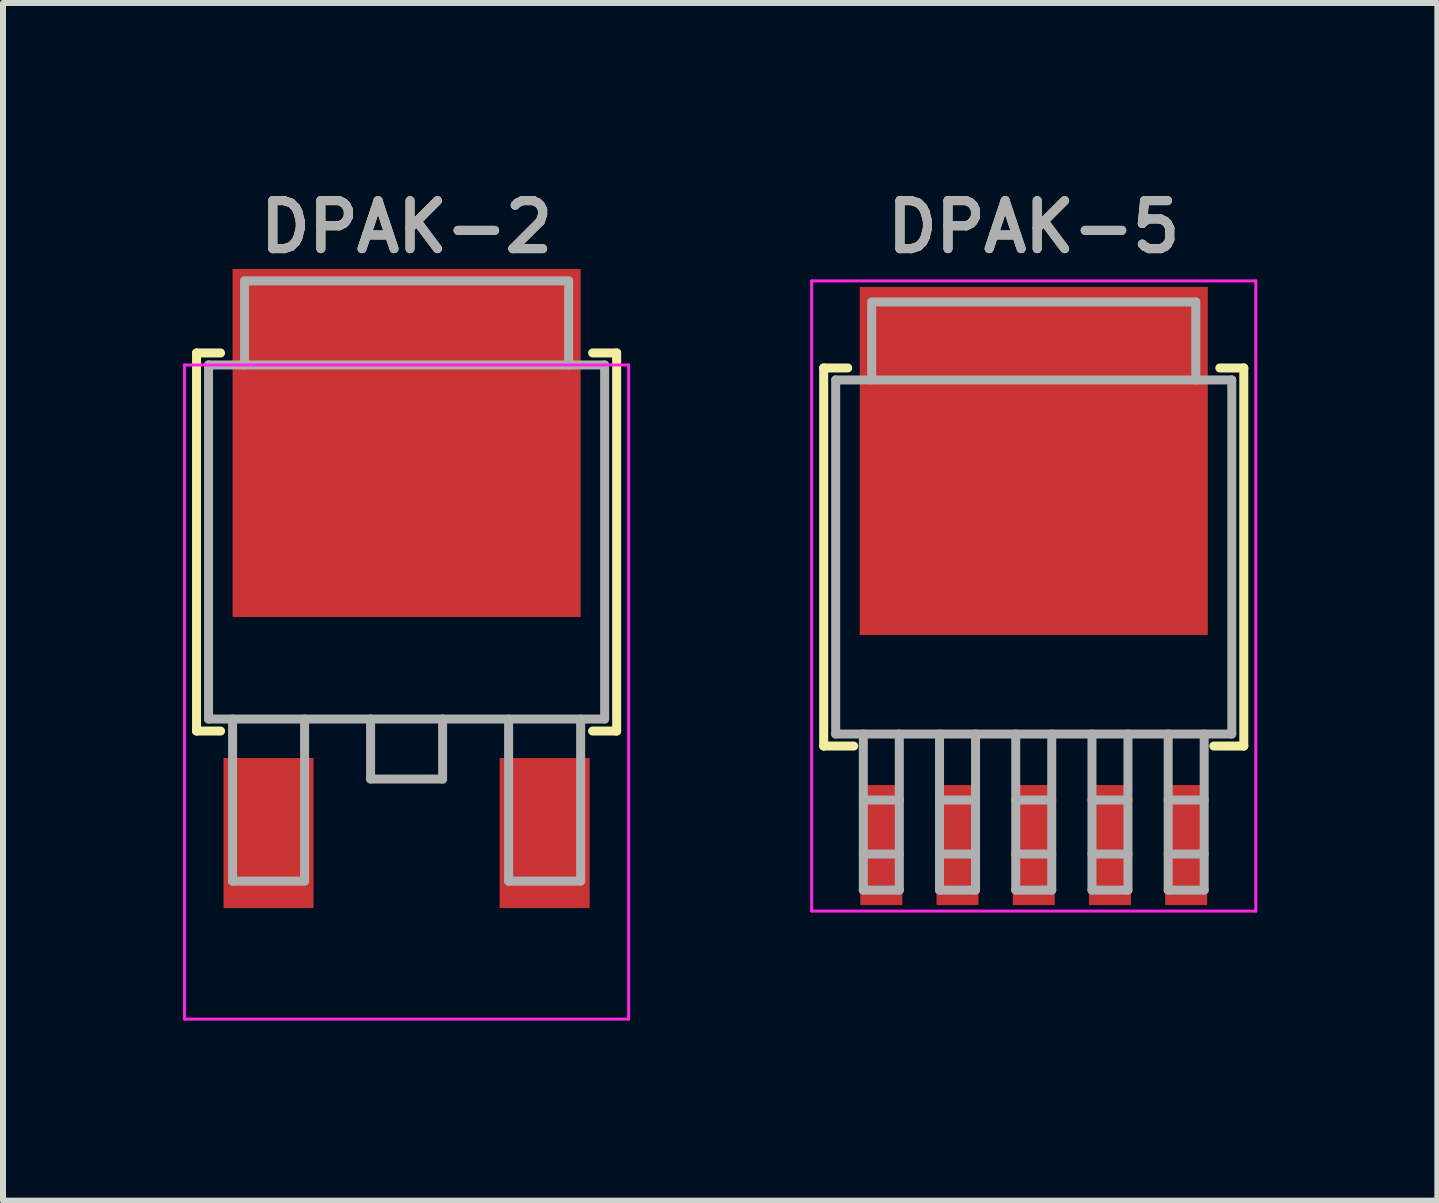
<source format=kicad_pcb>
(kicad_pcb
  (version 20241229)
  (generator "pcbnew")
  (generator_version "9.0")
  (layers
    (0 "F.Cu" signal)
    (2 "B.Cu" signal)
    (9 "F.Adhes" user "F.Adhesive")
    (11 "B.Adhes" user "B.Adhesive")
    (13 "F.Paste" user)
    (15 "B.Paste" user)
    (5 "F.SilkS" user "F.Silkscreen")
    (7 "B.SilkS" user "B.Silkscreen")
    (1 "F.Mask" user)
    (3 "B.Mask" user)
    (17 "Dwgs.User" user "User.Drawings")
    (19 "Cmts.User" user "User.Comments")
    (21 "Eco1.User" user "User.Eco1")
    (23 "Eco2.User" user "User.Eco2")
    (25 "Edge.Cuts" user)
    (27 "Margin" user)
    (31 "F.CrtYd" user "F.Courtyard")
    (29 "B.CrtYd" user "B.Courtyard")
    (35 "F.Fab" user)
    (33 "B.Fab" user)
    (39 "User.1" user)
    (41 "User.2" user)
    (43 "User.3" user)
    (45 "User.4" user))
  (footprint "DPAK-5"
    (layer "F.Cu")
    (at 14.175 7.881)
    (property "Reference" "DPAK-5" (at 0 -7.15 0) (layer "F.SilkS") (effects (font (size 0.8 0.8) (thickness 0.15))))
    (attr through_hole)
    (fp_line (start -3.5 1.5) (end -3.5 -4.8) (stroke (width 0.15) (type solid)) (layer "F.SilkS"))
    (fp_line (start -3.1 -4.8) (end -3.5 -4.8) (stroke (width 0.15) (type solid)) (layer "F.SilkS"))
    (fp_line (start -3 1.5) (end -3.5 1.5) (stroke (width 0.15) (type solid)) (layer "F.SilkS"))
    (fp_line (start 3.5 -4.8) (end 3.1 -4.8) (stroke (width 0.15) (type solid)) (layer "F.SilkS"))
    (fp_line (start 3.5 -4.8) (end 3.5 1.5) (stroke (width 0.15) (type solid)) (layer "F.SilkS"))
    (fp_line (start 3.5 1.5) (end 3 1.5) (stroke (width 0.15) (type solid)) (layer "F.SilkS"))
    (fp_line (start -3.7 -6.25) (end -3.7 4.25) (stroke (width 0.05) (type solid)) (layer "F.CrtYd"))
    (fp_line (start -3.7 4.25) (end 3.7 4.25) (stroke (width 0.05) (type solid)) (layer "F.CrtYd"))
    (fp_line (start 3.7 -6.25) (end -3.7 -6.25) (stroke (width 0.05) (type solid)) (layer "F.CrtYd"))
    (fp_line (start 3.7 4.25) (end 3.7 -6.25) (stroke (width 0.05) (type solid)) (layer "F.CrtYd"))
    (fp_line (start -3.3 -4.6) (end 3.3 -4.6) (stroke (width 0.15) (type solid)) (layer "F.Fab"))
    (fp_line (start -3.3 1.3) (end -3.3 -4.6) (stroke (width 0.15) (type solid)) (layer "F.Fab"))
    (fp_line (start -2.84 1.3) (end -2.84 3.9) (stroke (width 0.15) (type solid)) (layer "F.Fab"))
    (fp_line (start -2.84 2.4) (end -2.24 2.4) (stroke (width 0.15) (type solid)) (layer "F.Fab"))
    (fp_line (start -2.84 3.3) (end -2.24 3.3) (stroke (width 0.15) (type solid)) (layer "F.Fab"))
    (fp_line (start -2.84 3.9) (end -2.24 3.9) (stroke (width 0.15) (type solid)) (layer "F.Fab"))
    (fp_line (start -2.7 -5.9) (end 2.7 -5.9) (stroke (width 0.15) (type solid)) (layer "F.Fab"))
    (fp_line (start -2.7 -4.6) (end -2.7 -5.85) (stroke (width 0.15) (type solid)) (layer "F.Fab"))
    (fp_line (start -2.24 3.9) (end -2.24 1.3) (stroke (width 0.15) (type solid)) (layer "F.Fab"))
    (fp_line (start -1.57 1.3) (end -1.57 3.9) (stroke (width 0.15) (type solid)) (layer "F.Fab"))
    (fp_line (start -1.57 2.4) (end -0.97 2.4) (stroke (width 0.15) (type solid)) (layer "F.Fab"))
    (fp_line (start -1.57 3.3) (end -0.97 3.3) (stroke (width 0.15) (type solid)) (layer "F.Fab"))
    (fp_line (start -1.57 3.9) (end -0.97 3.9) (stroke (width 0.15) (type solid)) (layer "F.Fab"))
    (fp_line (start -0.97 3.9) (end -0.97 1.3) (stroke (width 0.15) (type solid)) (layer "F.Fab"))
    (fp_line (start -0.3 1.3) (end -0.3 3.9) (stroke (width 0.15) (type solid)) (layer "F.Fab"))
    (fp_line (start -0.3 2.4) (end 0.3 2.4) (stroke (width 0.15) (type solid)) (layer "F.Fab"))
    (fp_line (start -0.3 3.3) (end 0.3 3.3) (stroke (width 0.15) (type solid)) (layer "F.Fab"))
    (fp_line (start -0.3 3.9) (end 0.3 3.9) (stroke (width 0.15) (type solid)) (layer "F.Fab"))
    (fp_line (start 0.3 3.9) (end 0.3 1.3) (stroke (width 0.15) (type solid)) (layer "F.Fab"))
    (fp_line (start 0.97 1.3) (end 0.97 3.9) (stroke (width 0.15) (type solid)) (layer "F.Fab"))
    (fp_line (start 0.97 2.4) (end 1.57 2.4) (stroke (width 0.15) (type solid)) (layer "F.Fab"))
    (fp_line (start 0.97 3.3) (end 1.57 3.3) (stroke (width 0.15) (type solid)) (layer "F.Fab"))
    (fp_line (start 0.97 3.9) (end 1.57 3.9) (stroke (width 0.15) (type solid)) (layer "F.Fab"))
    (fp_line (start 1.57 3.9) (end 1.57 1.3) (stroke (width 0.15) (type solid)) (layer "F.Fab"))
    (fp_line (start 2.24 1.3) (end 2.24 3.9) (stroke (width 0.15) (type solid)) (layer "F.Fab"))
    (fp_line (start 2.24 2.4) (end 2.84 2.4) (stroke (width 0.15) (type solid)) (layer "F.Fab"))
    (fp_line (start 2.24 3.3) (end 2.84 3.3) (stroke (width 0.15) (type solid)) (layer "F.Fab"))
    (fp_line (start 2.24 3.9) (end 2.84 3.9) (stroke (width 0.15) (type solid)) (layer "F.Fab"))
    (fp_line (start 2.7 -5.9) (end 2.7 -4.6) (stroke (width 0.15) (type solid)) (layer "F.Fab"))
    (fp_line (start 2.84 3.9) (end 2.84 1.3) (stroke (width 0.15) (type solid)) (layer "F.Fab"))
    (fp_line (start 3.3 -4.6) (end 3.3 1.3) (stroke (width 0.15) (type solid)) (layer "F.Fab"))
    (fp_line (start 3.3 1.3) (end -3.3 1.3) (stroke (width 0.15) (type solid)) (layer "F.Fab"))
    (fp_text user "${REFERENCE}" (at 0 -7.15 0) (layer "F.Fab") (effects (font (size 0.8 0.8) (thickness 0.15))))
    (pad "1" smd rect (at -2.54 3.15 180) (size 0.7 2) (layers "F.Cu" "F.Mask" "F.Paste"))
    (pad "2" smd rect (at -1.27 3.15 180) (size 0.7 2) (layers "F.Cu" "F.Mask" "F.Paste"))
    (pad "3" smd rect (at 0 3.15) (size 0.7 2) (layers "F.Cu" "F.Mask" "F.Paste"))
    (pad "4" smd rect (at 1.27 3.15) (size 0.7 2) (layers "F.Cu" "F.Mask" "F.Paste"))
    (pad "5" smd rect (at 2.54 3.15) (size 0.7 2) (layers "F.Cu" "F.Mask" "F.Paste"))
    (pad "6" smd rect (at 0 -3.25) (size 5.8 5.8) (layers "F.Cu" "F.Mask" "F.Paste")))
  (footprint "DPAK-2"
    (layer "F.Cu")
    (at 3.725 7.631)
    (property "Reference" "DPAK-2" (at 0 -6.9 0) (layer "F.SilkS") (effects (font (size 0.8 0.8) (thickness 0.15))))
    (attr through_hole)
    (fp_line (start -3.5 1.5) (end -3.5 -4.8) (stroke (width 0.15) (type solid)) (layer "F.SilkS"))
    (fp_line (start -3.1 -4.8) (end -3.5 -4.8) (stroke (width 0.15) (type solid)) (layer "F.SilkS"))
    (fp_line (start -3.1 1.5) (end -3.5 1.5) (stroke (width 0.15) (type solid)) (layer "F.SilkS"))
    (fp_line (start 3.5 -4.8) (end 3.1 -4.8) (stroke (width 0.15) (type solid)) (layer "F.SilkS"))
    (fp_line (start 3.5 -4.8) (end 3.5 1.5) (stroke (width 0.15) (type solid)) (layer "F.SilkS"))
    (fp_line (start 3.5 1.5) (end 3.1 1.5) (stroke (width 0.15) (type solid)) (layer "F.SilkS"))
    (fp_line (start -3.7 -4.6) (end -3.7 6.3) (stroke (width 0.05) (type solid)) (layer "F.CrtYd"))
    (fp_line (start -3.7 6.3) (end 3.7 6.3) (stroke (width 0.05) (type solid)) (layer "F.CrtYd"))
    (fp_line (start 3.7 -4.6) (end -3.7 -4.6) (stroke (width 0.05) (type solid)) (layer "F.CrtYd"))
    (fp_line (start 3.7 6.3) (end 3.7 -4.6) (stroke (width 0.05) (type solid)) (layer "F.CrtYd"))
    (fp_line (start -3.3 -4.6) (end 3.3 -4.6) (stroke (width 0.15) (type solid)) (layer "F.Fab"))
    (fp_line (start -3.3 1.3) (end -3.3 -4.6) (stroke (width 0.15) (type solid)) (layer "F.Fab"))
    (fp_line (start -2.9 1.3) (end -2.9 4) (stroke (width 0.15) (type solid)) (layer "F.Fab"))
    (fp_line (start -2.9 4) (end -1.7 4) (stroke (width 0.15) (type solid)) (layer "F.Fab"))
    (fp_line (start -2.7 -6) (end 2.7 -6) (stroke (width 0.15) (type solid)) (layer "F.Fab"))
    (fp_line (start -2.7 -4.6) (end -2.7 -6) (stroke (width 0.15) (type solid)) (layer "F.Fab"))
    (fp_line (start -1.7 4) (end -1.7 1.3) (stroke (width 0.15) (type solid)) (layer "F.Fab"))
    (fp_line (start -0.6 1.3) (end -0.6 2.3) (stroke (width 0.15) (type solid)) (layer "F.Fab"))
    (fp_line (start -0.6 2.3) (end 0.6 2.3) (stroke (width 0.15) (type solid)) (layer "F.Fab"))
    (fp_line (start 0.6 2.3) (end 0.6 1.3) (stroke (width 0.15) (type solid)) (layer "F.Fab"))
    (fp_line (start 1.7 1.3) (end 1.7 4) (stroke (width 0.15) (type solid)) (layer "F.Fab"))
    (fp_line (start 1.7 4) (end 2.9 4) (stroke (width 0.15) (type solid)) (layer "F.Fab"))
    (fp_line (start 2.7 -6) (end 2.7 -4.6) (stroke (width 0.15) (type solid)) (layer "F.Fab"))
    (fp_line (start 2.9 4) (end 2.9 1.3) (stroke (width 0.15) (type solid)) (layer "F.Fab"))
    (fp_line (start 3.3 -4.6) (end 3.3 1.3) (stroke (width 0.15) (type solid)) (layer "F.Fab"))
    (fp_line (start 3.3 1.3) (end -3.3 1.3) (stroke (width 0.15) (type solid)) (layer "F.Fab"))
    (fp_text user "${REFERENCE}" (at 0 -6.9 0) (layer "F.Fab") (effects (font (size 0.8 0.8) (thickness 0.15))))
    (pad "1" smd rect (at -2.3 3.2) (size 1.5 2.5) (layers "F.Cu" "F.Mask" "F.Paste"))
    (pad "2" smd rect (at 2.3 3.2) (size 1.5 2.5) (layers "F.Cu" "F.Mask" "F.Paste"))
    (pad "3" smd rect (at 0 -3.3) (size 5.8 5.8) (layers "F.Cu" "F.Mask" "F.Paste")))
  (gr_rect
    (start -3 -3)
    (end 20.9 16.956)
    (stroke (width 0.1) (type default))
    (fill no)
    (layer "Edge.Cuts")))
</source>
